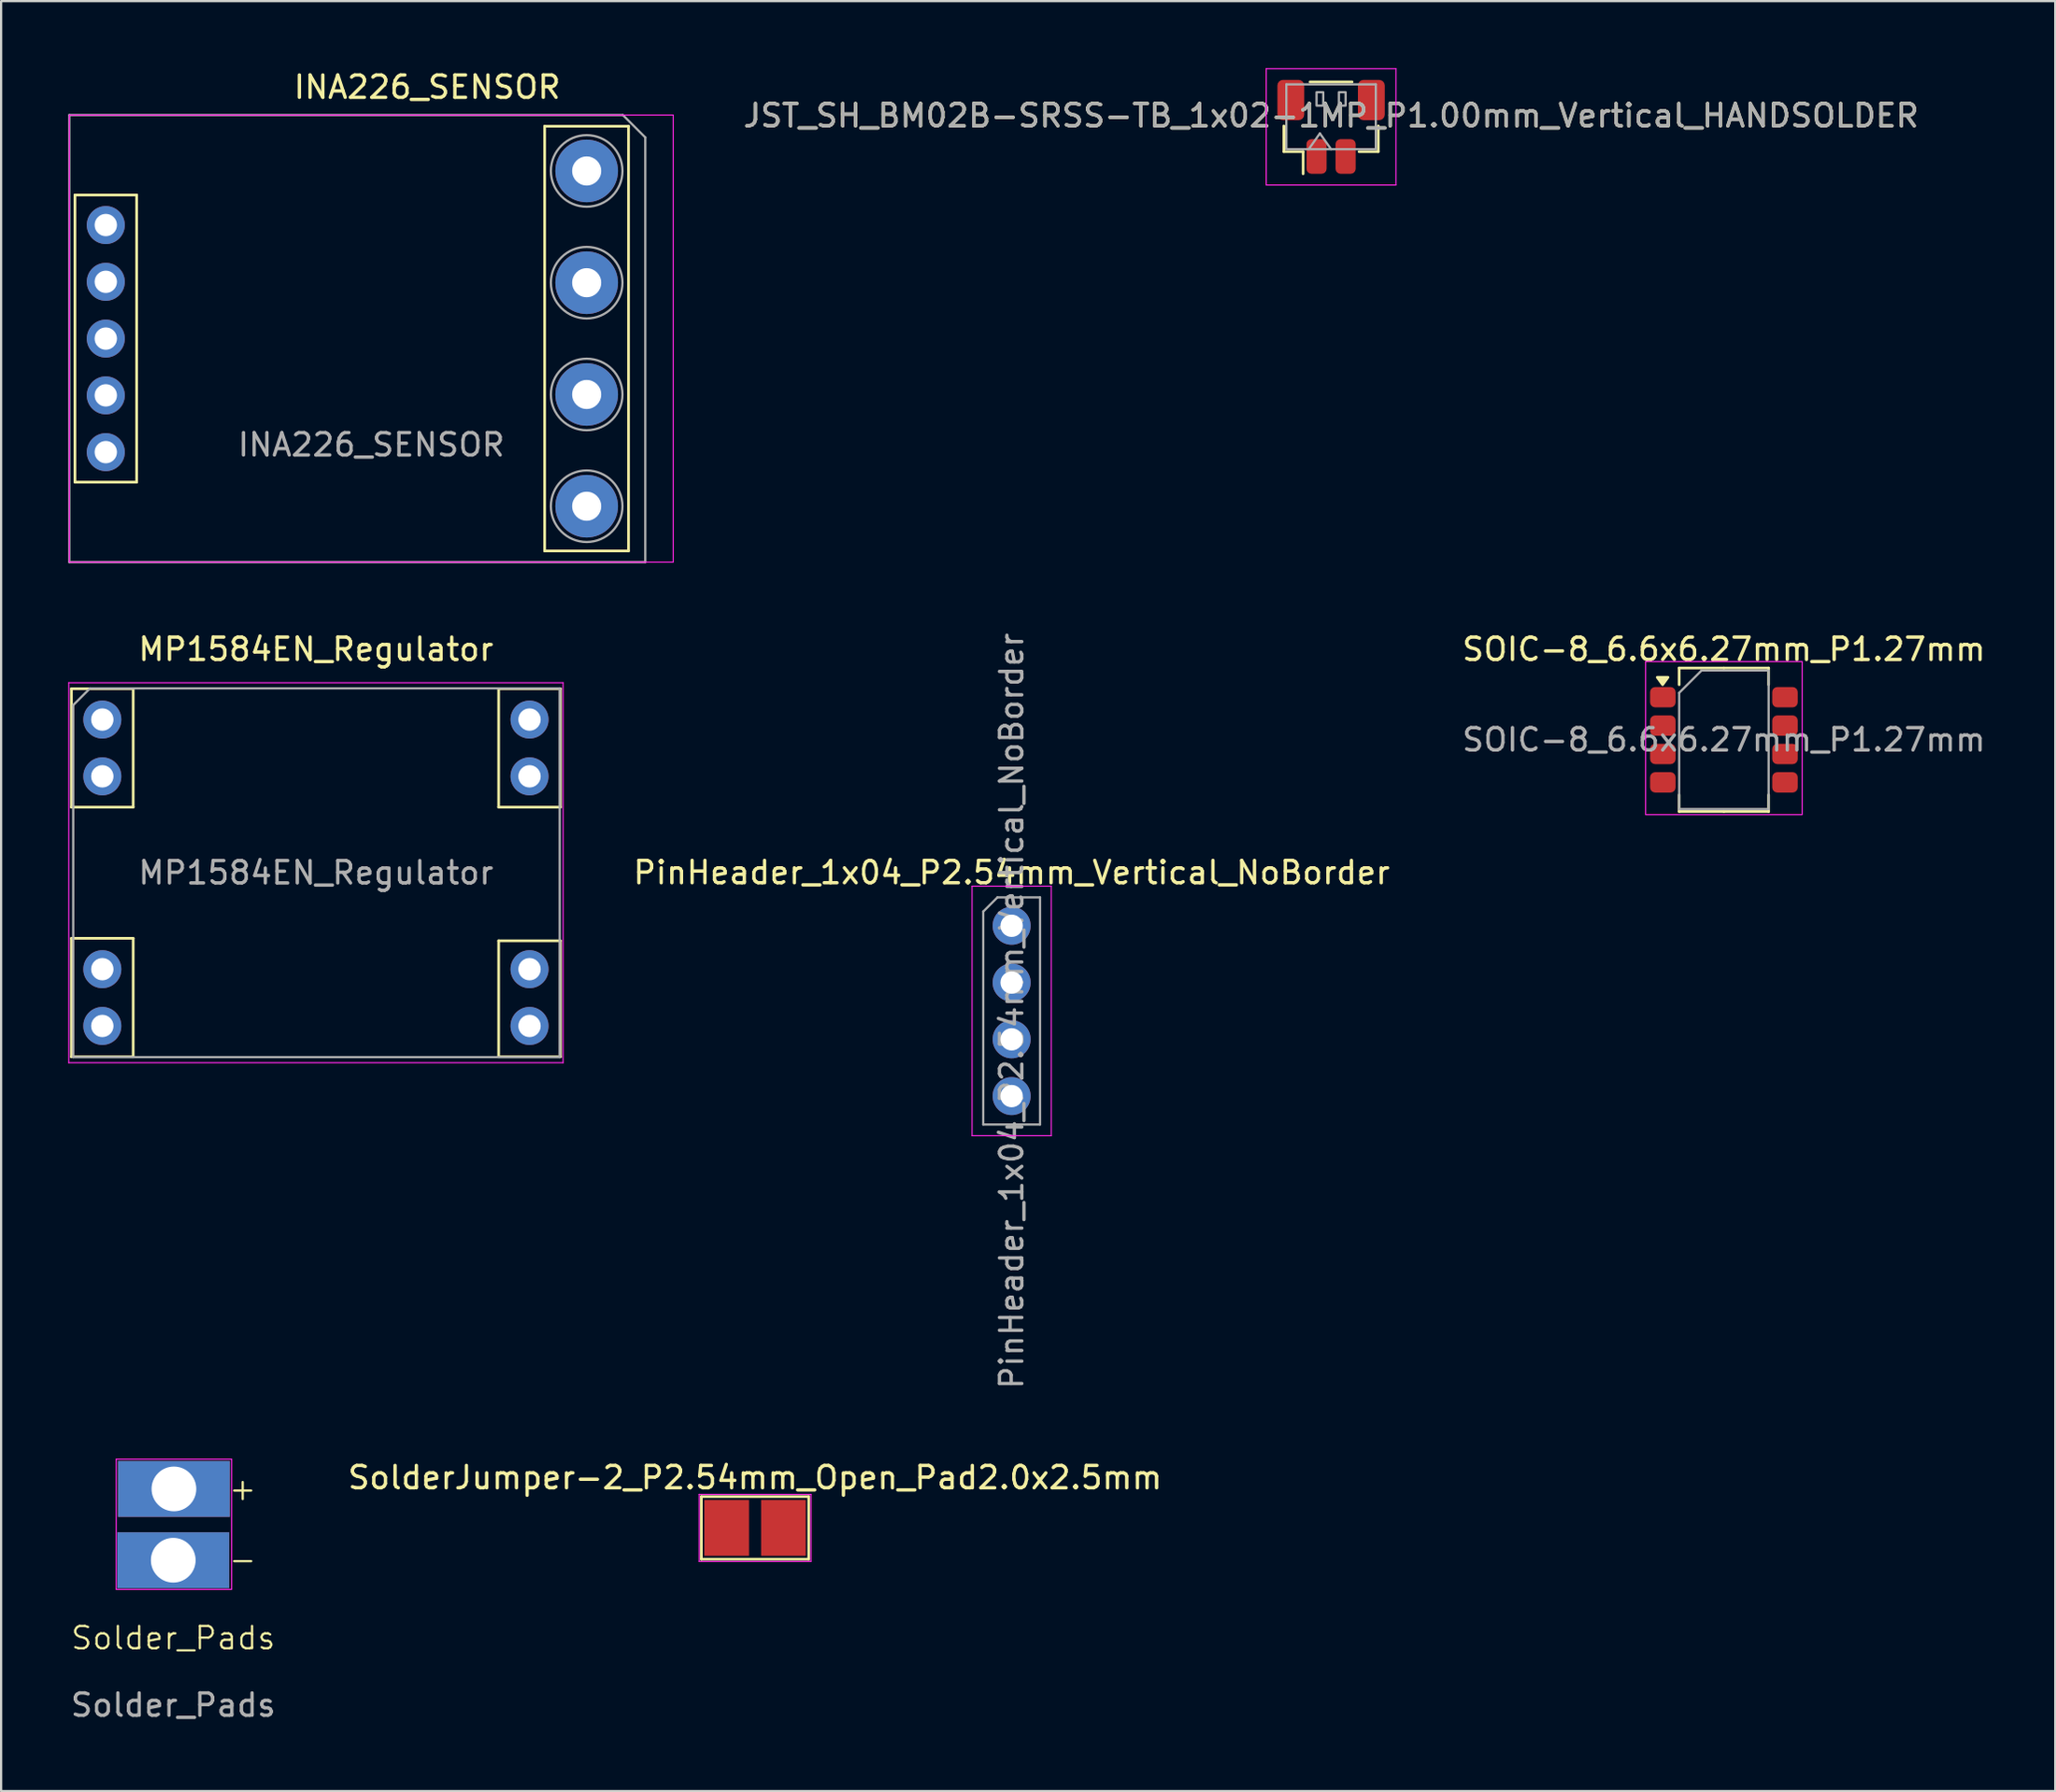
<source format=kicad_pcb>
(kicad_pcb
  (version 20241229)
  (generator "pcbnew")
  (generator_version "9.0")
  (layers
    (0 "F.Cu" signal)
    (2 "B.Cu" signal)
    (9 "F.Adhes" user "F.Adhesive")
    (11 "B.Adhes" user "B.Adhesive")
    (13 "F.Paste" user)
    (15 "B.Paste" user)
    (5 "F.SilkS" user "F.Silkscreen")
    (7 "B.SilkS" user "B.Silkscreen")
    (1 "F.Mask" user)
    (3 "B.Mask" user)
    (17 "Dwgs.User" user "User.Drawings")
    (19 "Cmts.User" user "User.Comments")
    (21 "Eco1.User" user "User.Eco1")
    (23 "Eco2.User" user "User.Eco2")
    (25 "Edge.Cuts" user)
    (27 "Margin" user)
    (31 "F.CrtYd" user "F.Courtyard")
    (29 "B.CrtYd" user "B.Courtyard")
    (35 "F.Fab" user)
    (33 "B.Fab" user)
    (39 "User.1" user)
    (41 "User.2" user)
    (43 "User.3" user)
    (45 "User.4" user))
  (footprint "SOIC-8_6.6x6.27mm_P1.27mm"
    (layer "F.Cu")
    (at 74.025 30.047)
    (property "Reference" "SOIC-8_6.6x6.27mm_P1.27mm" (at 0 -4.05 0) (layer "F.SilkS") (effects (font (size 1 1) (thickness 0.15))))
    (attr smd)
    (fp_line (start -2 -3.21) (end -2 -2.465) (stroke (width 0.12) (type solid)) (layer "F.SilkS"))
    (fp_line (start -2 3.21) (end -2 2.465) (stroke (width 0.12) (type solid)) (layer "F.SilkS"))
    (fp_line (start 0 -3.21) (end -2 -3.21) (stroke (width 0.12) (type solid)) (layer "F.SilkS"))
    (fp_line (start 0 -3.21) (end 2 -3.21) (stroke (width 0.12) (type solid)) (layer "F.SilkS"))
    (fp_line (start 0 3.21) (end -2 3.21) (stroke (width 0.12) (type solid)) (layer "F.SilkS"))
    (fp_line (start 0 3.21) (end 2 3.21) (stroke (width 0.12) (type solid)) (layer "F.SilkS"))
    (fp_line (start 2 -3.21) (end 2 -2.465) (stroke (width 0.12) (type solid)) (layer "F.SilkS"))
    (fp_line (start 2 3.21) (end 2 2.465) (stroke (width 0.12) (type solid)) (layer "F.SilkS"))
    (fp_poly (pts (xy -2.74 -2.465) (xy -2.98 -2.795) (xy -2.5 -2.795)) (stroke (width 0.12) (type solid)) (fill yes) (layer "F.SilkS"))
    (fp_rect (start -3.5 -3.5) (end 3.5 3.35) (stroke (width 0.05) (type solid)) (fill no) (layer "F.CrtYd"))
    (fp_line (start -2 -2.1) (end -1 -3.1) (stroke (width 0.1) (type solid)) (layer "F.Fab"))
    (fp_line (start -2 3.1) (end -2 -2.1) (stroke (width 0.1) (type solid)) (layer "F.Fab"))
    (fp_line (start -1 -3.1) (end 2 -3.1) (stroke (width 0.1) (type solid)) (layer "F.Fab"))
    (fp_line (start 2 -3.1) (end 2 3.1) (stroke (width 0.1) (type solid)) (layer "F.Fab"))
    (fp_line (start 2 3.1) (end -2 3.1) (stroke (width 0.1) (type solid)) (layer "F.Fab"))
    (fp_text user "${REFERENCE}" (at 0 0 0) (layer "F.Fab") (effects (font (size 1 1) (thickness 0.15))))
    (pad "1" smd roundrect (at -2.73 -1.905) (size 1.14 0.91) (layers "F.Cu" "F.Mask" "F.Paste") (roundrect_rratio 0.25))
    (pad "2" smd roundrect (at -2.73 -0.635) (size 1.14 0.91) (layers "F.Cu" "F.Mask" "F.Paste") (roundrect_rratio 0.25))
    (pad "3" smd roundrect (at -2.73 0.635) (size 1.14 0.91) (layers "F.Cu" "F.Mask" "F.Paste") (roundrect_rratio 0.25))
    (pad "4" smd roundrect (at -2.73 1.905) (size 1.14 0.91) (layers "F.Cu" "F.Mask" "F.Paste") (roundrect_rratio 0.25))
    (pad "5" smd roundrect (at 2.73 1.905) (size 1.14 0.91) (layers "F.Cu" "F.Mask" "F.Paste") (roundrect_rratio 0.25))
    (pad "6" smd roundrect (at 2.73 0.635) (size 1.14 0.91) (layers "F.Cu" "F.Mask" "F.Paste") (roundrect_rratio 0.25))
    (pad "7" smd roundrect (at 2.73 -0.635) (size 1.14 0.91) (layers "F.Cu" "F.Mask" "F.Paste") (roundrect_rratio 0.25))
    (pad "8" smd roundrect (at 2.73 -1.905) (size 1.14 0.91) (layers "F.Cu" "F.Mask" "F.Paste") (roundrect_rratio 0.25)))
  (footprint "JST_SH_BM02B-SRSS-TB_1x02-1MP_P1.00mm_Vertical_HANDSOLDER"
    (layer "F.Cu")
    (at 56.462 2.625)
    (property "Reference" "JST_SH_BM02B-SRSS-TB_1x02-1MP_P1.00mm_Vertical_HANDSOLDER" (at 0 -0.5 0) (layer "F.SilkS") (effects (font (size 1 1) (thickness 0.15))))
    (attr smd)
    (fp_line (start -2.11 -0.04) (end -2.11 1.11) (stroke (width 0.12) (type solid)) (layer "F.SilkS"))
    (fp_line (start -2.11 1.11) (end -1.25 1.11) (stroke (width 0.12) (type solid)) (layer "F.SilkS"))
    (fp_line (start -1.25 1.11) (end -1.25 2.1) (stroke (width 0.12) (type solid)) (layer "F.SilkS"))
    (fp_line (start -0.94 -2.01) (end 0.94 -2.01) (stroke (width 0.12) (type solid)) (layer "F.SilkS"))
    (fp_line (start 2.11 -0.04) (end 2.11 1.11) (stroke (width 0.12) (type solid)) (layer "F.SilkS"))
    (fp_line (start 2.11 1.11) (end 1.25 1.11) (stroke (width 0.12) (type solid)) (layer "F.SilkS"))
    (fp_line (start -2.9 -2.6) (end -2.9 2.6) (stroke (width 0.05) (type solid)) (layer "F.CrtYd"))
    (fp_line (start -2.9 2.6) (end 2.9 2.6) (stroke (width 0.05) (type solid)) (layer "F.CrtYd"))
    (fp_line (start 2.9 -2.6) (end -2.9 -2.6) (stroke (width 0.05) (type solid)) (layer "F.CrtYd"))
    (fp_line (start 2.9 2.6) (end 2.9 -2.6) (stroke (width 0.05) (type solid)) (layer "F.CrtYd"))
    (fp_line (start -2 -1.9) (end 2 -1.9) (stroke (width 0.1) (type solid)) (layer "F.Fab"))
    (fp_line (start -2 1) (end -2 -1.9) (stroke (width 0.1) (type solid)) (layer "F.Fab"))
    (fp_line (start -2 1) (end 2 1) (stroke (width 0.1) (type solid)) (layer "F.Fab"))
    (fp_line (start -1 1) (end -0.5 0.293) (stroke (width 0.1) (type solid)) (layer "F.Fab"))
    (fp_line (start -0.5 0.293) (end 0 1) (stroke (width 0.1) (type solid)) (layer "F.Fab"))
    (fp_line (start 2 1) (end 2 -1.9) (stroke (width 0.1) (type solid)) (layer "F.Fab"))
    (fp_rect (start -0.65 -1.55) (end -0.35 -0.95) (stroke (width 0.1) (type solid)) (fill no) (layer "F.Fab"))
    (fp_rect (start 0.35 -1.55) (end 0.65 -0.95) (stroke (width 0.1) (type solid)) (fill no) (layer "F.Fab"))
    (fp_text user "${REFERENCE}" (at 0 -0.5 0) (layer "F.Fab") (effects (font (size 1 1) (thickness 0.15))))
    (pad "1" smd roundrect (at -0.65 1.325) (size 0.9 1.55) (layers "F.Cu" "F.Mask" "F.Paste") (roundrect_rratio 0.25))
    (pad "2" smd roundrect (at 0.65 1.325) (size 0.9 1.55) (layers "F.Cu" "F.Mask" "F.Paste") (roundrect_rratio 0.25))
    (pad "MP" smd roundrect (at -1.8 -1.2) (size 1.2 1.8) (layers "F.Cu" "F.Mask" "F.Paste") (roundrect_rratio 0.208))
    (pad "MP" smd roundrect (at 1.8 -1.2) (size 1.2 1.8) (layers "F.Cu" "F.Mask" "F.Paste") (roundrect_rratio 0.208)))
  (footprint "PinHeader_1x04_P2.54mm_Vertical_NoBorder"
    (layer "F.Cu")
    (at 42.18 38.368)
    (property "Reference" "PinHeader_1x04_P2.54mm_Vertical_NoBorder" (at 0 -2.38 0) (layer "F.SilkS") (effects (font (size 1 1) (thickness 0.15))))
    (attr through_hole)
    (fp_line (start -1.77 -1.77) (end -1.77 9.39) (stroke (width 0.05) (type solid)) (layer "F.CrtYd"))
    (fp_line (start -1.77 9.39) (end 1.77 9.39) (stroke (width 0.05) (type solid)) (layer "F.CrtYd"))
    (fp_line (start 1.77 -1.77) (end -1.77 -1.77) (stroke (width 0.05) (type solid)) (layer "F.CrtYd"))
    (fp_line (start 1.77 9.39) (end 1.77 -1.77) (stroke (width 0.05) (type solid)) (layer "F.CrtYd"))
    (fp_line (start -1.27 -0.635) (end -0.635 -1.27) (stroke (width 0.1) (type solid)) (layer "F.Fab"))
    (fp_line (start -1.27 8.89) (end -1.27 -0.635) (stroke (width 0.1) (type solid)) (layer "F.Fab"))
    (fp_line (start -0.635 -1.27) (end 1.27 -1.27) (stroke (width 0.1) (type solid)) (layer "F.Fab"))
    (fp_line (start 1.27 -1.27) (end 1.27 8.89) (stroke (width 0.1) (type solid)) (layer "F.Fab"))
    (fp_line (start 1.27 8.89) (end -1.27 8.89) (stroke (width 0.1) (type solid)) (layer "F.Fab"))
    (fp_text user "${REFERENCE}" (at 0 3.81 90) (layer "F.Fab") (effects (font (size 1 1) (thickness 0.15))))
    (pad "1" thru_hole circle (at 0 0) (size 1.7 1.7) (drill 1) (layers "*.Cu" "*.Mask"))
    (pad "2" thru_hole circle (at 0 2.54) (size 1.7 1.7) (drill 1) (layers "*.Cu" "*.Mask"))
    (pad "3" thru_hole circle (at 0 5.08) (size 1.7 1.7) (drill 1) (layers "*.Cu" "*.Mask"))
    (pad "4" thru_hole circle (at 0 7.62) (size 1.7 1.7) (drill 1) (layers "*.Cu" "*.Mask")))
  (footprint "Solder_Pads"
    (layer "F.Cu")
    (at 4.696 70.733)
    (property "Reference" "Solder_Pads" (at 0 -0.5 0) (unlocked yes) (layer "F.SilkS") (effects (font (size 1 1) (thickness 0.1))))
    (attr through_hole)
    (fp_line (start -2.55 -8.5) (end 2.61 -8.5) (stroke (width 0.05) (type solid)) (layer "F.CrtYd"))
    (fp_line (start -2.55 -2.675) (end -2.55 -8.5) (stroke (width 0.05) (type default)) (layer "F.CrtYd"))
    (fp_line (start -2.55 -2.675) (end 2.61 -2.675) (stroke (width 0.05) (type solid)) (layer "F.CrtYd"))
    (fp_line (start 2.61 -8.5) (end 2.61 -2.675) (stroke (width 0.05) (type default)) (layer "F.CrtYd"))
    (fp_text user "-" (at 2.42 -3.43 0) (unlocked yes) (layer "F.SilkS") (effects (font (size 1 1) (thickness 0.1)) (justify left bottom)))
    (fp_text user "+" (at 2.42 -6.59 0) (unlocked yes) (layer "F.SilkS") (effects (font (size 1 1) (thickness 0.1)) (justify left bottom)))
    (fp_text user "${REFERENCE}" (at 0 2.5 0) (unlocked yes) (layer "F.Fab") (effects (font (size 1 1) (thickness 0.15))))
    (pad "1" thru_hole rect (at 0.03 -7.17) (size 5 2.5) (drill 2) (layers "*.Cu" "*.Mask"))
    (pad "2" thru_hole rect (at 0 -3.98) (size 5 2.5) (drill 2) (layers "*.Cu" "*.Mask")))
  (footprint "SolderJumper-2_P2.54mm_Open_Pad2.0x2.5mm"
    (layer "F.Cu")
    (at 30.708 65.306)
    (property "Reference" "SolderJumper-2_P2.54mm_Open_Pad2.0x2.5mm" (at 0 -2.25 0) (layer "F.SilkS") (effects (font (size 1 1) (thickness 0.15))))
    (attr exclude_from_pos_files exclude_from_bom allow_soldermask_bridges)
    (fp_rect (start -0.27 -1.25) (end 0.27 1.25) (stroke (width 0) (type solid)) (fill yes) (layer "F.Mask"))
    (fp_line (start -2.4 -1.4) (end 2.4 -1.4) (stroke (width 0.12) (type solid)) (layer "F.SilkS"))
    (fp_line (start -2.4 1.4) (end -2.4 -1.4) (stroke (width 0.12) (type solid)) (layer "F.SilkS"))
    (fp_line (start 2.4 -1.4) (end 2.4 1.4) (stroke (width 0.12) (type solid)) (layer "F.SilkS"))
    (fp_line (start 2.4 1.4) (end -2.4 1.4) (stroke (width 0.12) (type solid)) (layer "F.SilkS"))
    (fp_line (start -2.5 -1.5) (end -2.5 1.5) (stroke (width 0.05) (type solid)) (layer "F.CrtYd"))
    (fp_line (start -2.5 -1.5) (end 2.5 -1.5) (stroke (width 0.05) (type solid)) (layer "F.CrtYd"))
    (fp_line (start 2.5 1.5) (end -2.5 1.5) (stroke (width 0.05) (type solid)) (layer "F.CrtYd"))
    (fp_line (start 2.5 1.5) (end 2.5 -1.5) (stroke (width 0.05) (type solid)) (layer "F.CrtYd"))
    (pad "1" smd rect (at -1.27 0) (size 2 2.5) (layers "F.Cu" "F.Mask"))
    (pad "2" smd rect (at 1.27 0) (size 2 2.5) (layers "F.Cu" "F.Mask")))
  (footprint "INA226_SENSOR"
    (layer "F.Cu")
    (at 13.55 12.098)
    (property "Reference" "INA226_SENSOR" (at 2.5 -11.25 0) (layer "F.SilkS") (effects (font (size 1 1) (thickness 0.15))))
    (attr through_hole)
    (fp_line (start -13.25 -6.423) (end -13.25 6.423) (stroke (width 0.12) (type solid)) (layer "F.SilkS"))
    (fp_line (start -13.25 -6.423) (end -10.49 -6.423) (stroke (width 0.12) (type solid)) (layer "F.SilkS"))
    (fp_line (start -13.25 6.423) (end -10.49 6.423) (stroke (width 0.12) (type solid)) (layer "F.SilkS"))
    (fp_line (start -10.49 -6.423) (end -10.49 6.423) (stroke (width 0.12) (type solid)) (layer "F.SilkS"))
    (fp_line (start 7.75 -9.5) (end 7.75 9.5) (stroke (width 0.12) (type solid)) (layer "F.SilkS"))
    (fp_line (start 7.75 -9.5) (end 11.5 -9.5) (stroke (width 0.12) (type solid)) (layer "F.SilkS"))
    (fp_line (start 7.75 9.5) (end 11.5 9.5) (stroke (width 0.12) (type solid)) (layer "F.SilkS"))
    (fp_line (start 11.5 -9.5) (end 11.5 9.5) (stroke (width 0.12) (type solid)) (layer "F.SilkS"))
    (fp_line (start -13.5 -10) (end -13.5 10) (stroke (width 0.05) (type solid)) (layer "F.CrtYd"))
    (fp_line (start -13.5 -10) (end 13.5 -10) (stroke (width 0.05) (type solid)) (layer "F.CrtYd"))
    (fp_line (start -13.5 10) (end 13.5 10) (stroke (width 0.05) (type solid)) (layer "F.CrtYd"))
    (fp_line (start 13.5 10) (end 13.5 -10) (stroke (width 0.05) (type solid)) (layer "F.CrtYd"))
    (fp_line (start -13.5 -10) (end 11.25 -10) (stroke (width 0.1) (type solid)) (layer "F.Fab"))
    (fp_line (start -13.5 10) (end -13.5 -10) (stroke (width 0.1) (type solid)) (layer "F.Fab"))
    (fp_line (start 11.25 -10) (end 12.25 -9) (stroke (width 0.1) (type default)) (layer "F.Fab"))
    (fp_line (start 12.25 -9) (end 12.25 10) (stroke (width 0.1) (type solid)) (layer "F.Fab"))
    (fp_line (start 12.25 10) (end -13.5 10) (stroke (width 0.1) (type solid)) (layer "F.Fab"))
    (fp_circle (center 9.63 -7.5) (end 11.23 -7.5) (stroke (width 0.1) (type solid)) (fill no) (layer "F.Fab"))
    (fp_circle (center 9.63 -2.5) (end 11.23 -2.5) (stroke (width 0.1) (type solid)) (fill no) (layer "F.Fab"))
    (fp_circle (center 9.63 2.5) (end 11.23 2.5) (stroke (width 0.1) (type solid)) (fill no) (layer "F.Fab"))
    (fp_circle (center 9.63 7.5) (end 11.23 7.5) (stroke (width 0.1) (type solid)) (fill no) (layer "F.Fab"))
    (fp_text user "${REFERENCE}" (at 0 4.75 180) (layer "F.Fab") (effects (font (size 1 1) (thickness 0.15))))
    (pad "1" thru_hole circle (at 9.63 -7.5) (size 2.8 2.8) (drill 1.3) (layers "*.Cu" "*.Mask"))
    (pad "2" thru_hole circle (at 9.63 -2.5) (size 2.8 2.8) (drill 1.3) (layers "*.Cu" "*.Mask"))
    (pad "2" thru_hole circle (at 9.63 2.5) (size 2.8 2.8) (drill 1.3) (layers "*.Cu" "*.Mask"))
    (pad "3" thru_hole circle (at 9.63 7.5) (size 2.8 2.8) (drill 1.3) (layers "*.Cu" "*.Mask"))
    (pad "4" thru_hole circle (at -11.87 -5.08) (size 1.7 1.7) (drill 1) (layers "*.Cu" "*.Mask"))
    (pad "5" thru_hole circle (at -11.87 -2.54) (size 1.7 1.7) (drill 1) (layers "*.Cu" "*.Mask"))
    (pad "6" thru_hole circle (at -11.87 0) (size 1.7 1.7) (drill 1) (layers "*.Cu" "*.Mask"))
    (pad "7" thru_hole circle (at -11.87 2.54) (size 1.7 1.7) (drill 1) (layers "*.Cu" "*.Mask"))
    (pad "8" thru_hole circle (at -11.87 5.08) (size 1.7 1.7) (drill 1) (layers "*.Cu" "*.Mask")))
  (footprint "MP1584EN_Regulator"
    (layer "F.Cu")
    (at 11.075 35.996)
    (property "Reference" "MP1584EN_Regulator" (at 0 -10 0) (layer "F.SilkS") (effects (font (size 1 1) (thickness 0.15))))
    (attr through_hole)
    (fp_line (start -10.93 -8.234) (end -10.93 -2.934) (stroke (width 0.12) (type solid)) (layer "F.SilkS"))
    (fp_line (start -10.93 -8.234) (end -8.17 -8.234) (stroke (width 0.12) (type solid)) (layer "F.SilkS"))
    (fp_line (start -10.93 -2.934) (end -8.17 -2.934) (stroke (width 0.12) (type solid)) (layer "F.SilkS"))
    (fp_line (start -10.93 2.934) (end -10.93 8.234) (stroke (width 0.12) (type solid)) (layer "F.SilkS"))
    (fp_line (start -10.93 2.934) (end -8.17 2.934) (stroke (width 0.12) (type solid)) (layer "F.SilkS"))
    (fp_line (start -10.93 8.234) (end -8.17 8.234) (stroke (width 0.12) (type solid)) (layer "F.SilkS"))
    (fp_line (start -8.17 -8.234) (end -8.17 -2.934) (stroke (width 0.12) (type solid)) (layer "F.SilkS"))
    (fp_line (start -8.17 2.934) (end -8.17 8.234) (stroke (width 0.12) (type solid)) (layer "F.SilkS"))
    (fp_line (start 8.17 -8.234) (end 8.17 -2.934) (stroke (width 0.12) (type solid)) (layer "F.SilkS"))
    (fp_line (start 8.17 -8.234) (end 10.93 -8.234) (stroke (width 0.12) (type solid)) (layer "F.SilkS"))
    (fp_line (start 8.17 -2.934) (end 10.93 -2.934) (stroke (width 0.12) (type solid)) (layer "F.SilkS"))
    (fp_line (start 8.17 3.044) (end 8.17 8.234) (stroke (width 0.12) (type solid)) (layer "F.SilkS"))
    (fp_line (start 8.17 3.044) (end 10.93 3.044) (stroke (width 0.12) (type solid)) (layer "F.SilkS"))
    (fp_line (start 8.17 8.234) (end 10.93 8.234) (stroke (width 0.12) (type solid)) (layer "F.SilkS"))
    (fp_line (start 10.93 -8.234) (end 10.93 -2.934) (stroke (width 0.12) (type solid)) (layer "F.SilkS"))
    (fp_line (start 10.93 3.044) (end 10.93 8.234) (stroke (width 0.12) (type solid)) (layer "F.SilkS"))
    (fp_line (start -11.05 -8.5) (end -11.05 8.5) (stroke (width 0.05) (type solid)) (layer "F.CrtYd"))
    (fp_line (start -11.05 -8.5) (end 11.05 -8.5) (stroke (width 0.05) (type solid)) (layer "F.CrtYd"))
    (fp_line (start -11.05 8.5) (end 11.05 8.5) (stroke (width 0.05) (type solid)) (layer "F.CrtYd"))
    (fp_line (start 11.05 8.5) (end 11.05 -8.5) (stroke (width 0.05) (type solid)) (layer "F.CrtYd"))
    (fp_line (start -10.851 8.25) (end -10.851 -7.5) (stroke (width 0.1) (type solid)) (layer "F.Fab"))
    (fp_line (start -10.101 -8.25) (end -10.851 -7.5) (stroke (width 0.1) (type solid)) (layer "F.Fab"))
    (fp_line (start -10.101 -8.25) (end 10.899 -8.25) (stroke (width 0.1) (type solid)) (layer "F.Fab"))
    (fp_line (start 10.899 -8.25) (end 10.899 8.25) (stroke (width 0.1) (type solid)) (layer "F.Fab"))
    (fp_line (start 10.899 8.25) (end -10.851 8.25) (stroke (width 0.1) (type solid)) (layer "F.Fab"))
    (fp_text user "${REFERENCE}" (at 0 0 180) (layer "F.Fab") (effects (font (size 1 1) (thickness 0.15))))
    (pad "1" thru_hole circle (at -9.55 -6.854) (size 1.7 1.7) (drill 1) (layers "*.Cu" "*.Mask"))
    (pad "1" thru_hole circle (at -9.55 -4.314) (size 1.7 1.7) (drill 1) (layers "*.Cu" "*.Mask"))
    (pad "2" thru_hole circle (at 9.55 -6.854) (size 1.7 1.7) (drill 1) (layers "*.Cu" "*.Mask"))
    (pad "2" thru_hole circle (at 9.55 -4.314) (size 1.7 1.7) (drill 1) (layers "*.Cu" "*.Mask"))
    (pad "3" thru_hole circle (at 9.55 4.314) (size 1.7 1.7) (drill 1) (layers "*.Cu" "*.Mask"))
    (pad "3" thru_hole circle (at 9.55 6.854) (size 1.7 1.7) (drill 1) (layers "*.Cu" "*.Mask"))
    (pad "4" thru_hole circle (at -9.55 4.314) (size 1.7 1.7) (drill 1) (layers "*.Cu" "*.Mask"))
    (pad "4" thru_hole circle (at -9.55 6.854) (size 1.7 1.7) (drill 1) (layers "*.Cu" "*.Mask")))
  (gr_rect
    (start -3 -3)
    (end 88.84 77.081)
    (stroke (width 0.1) (type default))
    (fill no)
    (layer "Edge.Cuts")))
</source>
